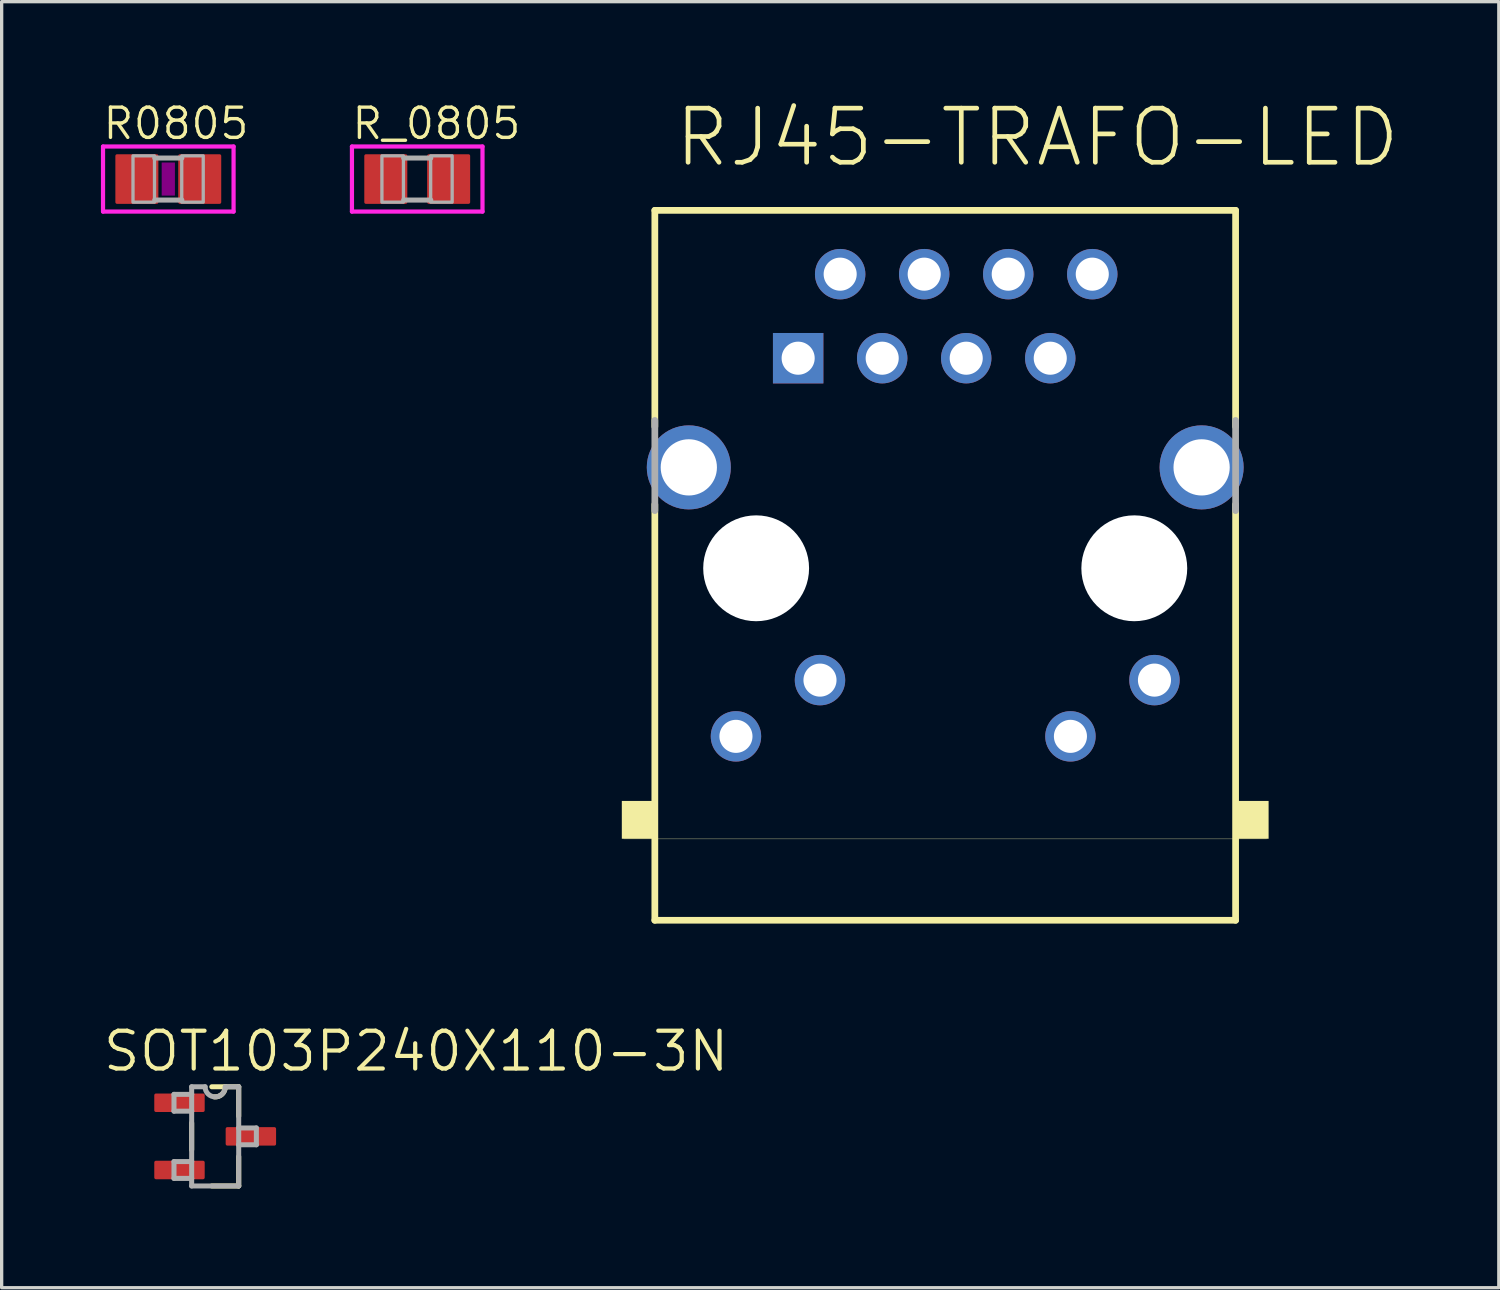
<source format=kicad_pcb>
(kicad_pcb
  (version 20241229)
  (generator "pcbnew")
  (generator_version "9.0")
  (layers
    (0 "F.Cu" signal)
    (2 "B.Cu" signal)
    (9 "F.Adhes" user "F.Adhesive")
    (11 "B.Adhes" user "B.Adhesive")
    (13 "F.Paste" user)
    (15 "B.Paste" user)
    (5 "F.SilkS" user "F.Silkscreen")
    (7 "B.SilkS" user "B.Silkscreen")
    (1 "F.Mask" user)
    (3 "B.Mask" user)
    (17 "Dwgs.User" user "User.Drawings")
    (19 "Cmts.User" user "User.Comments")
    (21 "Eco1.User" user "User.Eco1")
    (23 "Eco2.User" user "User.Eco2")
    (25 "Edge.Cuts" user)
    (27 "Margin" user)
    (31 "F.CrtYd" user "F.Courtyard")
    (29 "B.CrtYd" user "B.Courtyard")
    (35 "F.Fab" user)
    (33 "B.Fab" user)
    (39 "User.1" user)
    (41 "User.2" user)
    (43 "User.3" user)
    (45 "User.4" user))
  (footprint "SOT103P240X110-3N"
    (layer "F.Cu")
    (at 3.454 31.298)
    (property "Reference" "SOT103P240X110-3N" (at -3.454 -1.905 0) (layer "F.SilkS") (effects (font (size 1.143 1.143) (thickness 0.127)) (justify left bottom)))
    (fp_line (start -0.711 -0.406) (end -0.711 0.406) (stroke (width 0.152) (type solid)) (layer "F.SilkS"))
    (fp_line (start -0.102 1.499) (end 0.711 1.499) (stroke (width 0.152) (type solid)) (layer "F.SilkS"))
    (fp_line (start 0.305 -1.499) (end -0.102 -1.499) (stroke (width 0.152) (type solid)) (layer "F.SilkS"))
    (fp_line (start 0.711 -1.499) (end 0.305 -1.499) (stroke (width 0.152) (type solid)) (layer "F.SilkS"))
    (fp_line (start 0.711 -0.61) (end 0.711 -1.499) (stroke (width 0.152) (type solid)) (layer "F.SilkS"))
    (fp_line (start 0.711 1.499) (end 0.711 0.61) (stroke (width 0.152) (type solid)) (layer "F.SilkS"))
    (fp_arc (start 0.3048 -1.4986) (mid 0.206758 -1.273554) (end -0.0254 -1.1938) (stroke (width 0.1524) (type solid)) (layer "F.SilkS"))
    (fp_line (start -1.245 -1.27) (end -1.245 -0.762) (stroke (width 0.152) (type solid)) (layer "F.Fab"))
    (fp_line (start -1.245 -0.762) (end -0.711 -0.762) (stroke (width 0.152) (type solid)) (layer "F.Fab"))
    (fp_line (start -1.245 0.762) (end -1.245 1.27) (stroke (width 0.152) (type solid)) (layer "F.Fab"))
    (fp_line (start -1.245 1.27) (end -0.711 1.27) (stroke (width 0.152) (type solid)) (layer "F.Fab"))
    (fp_line (start -0.711 -1.499) (end -0.711 -1.27) (stroke (width 0.152) (type solid)) (layer "F.Fab"))
    (fp_line (start -0.711 -1.27) (end -1.245 -1.27) (stroke (width 0.152) (type solid)) (layer "F.Fab"))
    (fp_line (start -0.711 -1.27) (end -0.711 -0.762) (stroke (width 0.152) (type solid)) (layer "F.Fab"))
    (fp_line (start -0.711 -0.762) (end -0.711 0.762) (stroke (width 0.152) (type solid)) (layer "F.Fab"))
    (fp_line (start -0.711 0.762) (end -1.245 0.762) (stroke (width 0.152) (type solid)) (layer "F.Fab"))
    (fp_line (start -0.711 1.27) (end -0.711 0.762) (stroke (width 0.152) (type solid)) (layer "F.Fab"))
    (fp_line (start -0.711 1.499) (end -0.711 1.27) (stroke (width 0.152) (type solid)) (layer "F.Fab"))
    (fp_line (start -0.711 1.499) (end 0.711 1.499) (stroke (width 0.152) (type solid)) (layer "F.Fab"))
    (fp_line (start -0.305 -1.499) (end -0.711 -1.499) (stroke (width 0.152) (type solid)) (layer "F.Fab"))
    (fp_line (start 0.711 -1.499) (end 0.305 -1.499) (stroke (width 0.152) (type solid)) (layer "F.Fab"))
    (fp_line (start 0.711 -0.254) (end 0.711 -1.499) (stroke (width 0.152) (type solid)) (layer "F.Fab"))
    (fp_line (start 0.711 0.254) (end 0.711 -0.254) (stroke (width 0.152) (type solid)) (layer "F.Fab"))
    (fp_line (start 0.711 0.254) (end 1.245 0.254) (stroke (width 0.152) (type solid)) (layer "F.Fab"))
    (fp_line (start 0.711 1.499) (end 0.711 0.254) (stroke (width 0.152) (type solid)) (layer "F.Fab"))
    (fp_line (start 1.245 -0.254) (end 0.711 -0.254) (stroke (width 0.152) (type solid)) (layer "F.Fab"))
    (fp_line (start 1.245 0.254) (end 1.245 -0.254) (stroke (width 0.152) (type solid)) (layer "F.Fab"))
    (fp_arc (start 0.3048 -1.4986) (mid 0 -1.1938) (end -0.3048 -1.4986) (stroke (width 0.1524) (type solid)) (layer "F.Fab"))
    (pad "1" smd roundrect (at -1.079 -1.016) (size 1.524 0.559) (layers "F.Cu" "F.Mask" "F.Paste") (roundrect_rratio 0.091))
    (pad "2" smd roundrect (at -1.079 1.016) (size 1.524 0.559) (layers "F.Cu" "F.Mask" "F.Paste") (roundrect_rratio 0.091))
    (pad "3" smd roundrect (at 1.079 0) (size 1.524 0.559) (layers "F.Cu" "F.Mask" "F.Paste") (roundrect_rratio 0.091)))
  (footprint "RJ45-TRAFO-LED"
    (layer "F.Cu")
    (at 25.52 14.127)
    (property "Reference" "RJ45-TRAFO-LED" (at -8.255 -12.065 0) (layer "F.SilkS") (effects (font (size 1.636 1.636) (thickness 0.142)) (justify left bottom)))
    (fp_line (start -8.777 -10.819) (end 8.777 -10.819) (stroke (width 0.203) (type solid)) (layer "F.SilkS"))
    (fp_line (start -8.777 -4.283) (end -8.777 -10.819) (stroke (width 0.203) (type solid)) (layer "F.SilkS"))
    (fp_line (start -8.777 10.639) (end -8.777 -1.929) (stroke (width 0.203) (type solid)) (layer "F.SilkS"))
    (fp_line (start 8.777 -10.819) (end 8.777 -4.283) (stroke (width 0.203) (type solid)) (layer "F.SilkS"))
    (fp_line (start 8.777 -1.929) (end 8.777 10.639) (stroke (width 0.203) (type solid)) (layer "F.SilkS"))
    (fp_line (start 8.777 10.639) (end -8.777 10.639) (stroke (width 0.203) (type solid)) (layer "F.SilkS"))
    (fp_line (start 9.716 8.18) (end -9.716 8.18) (stroke (width 0.01) (type solid)) (layer "F.SilkS"))
    (fp_poly (pts (xy -9.775 8.175) (xy -8.85 8.175) (xy -8.85 7.032) (xy -9.775 7.032)) (stroke (width 0) (type solid)) (fill yes) (layer "F.SilkS"))
    (fp_poly (pts (xy 8.85 8.175) (xy 9.775 8.175) (xy 9.775 7.032) (xy 8.85 7.032)) (stroke (width 0) (type solid)) (fill yes) (layer "F.SilkS"))
    (fp_line (start -8.777 -1.743) (end -8.777 -4.469) (stroke (width 0.203) (type solid)) (layer "F.Fab"))
    (fp_line (start 8.777 -4.469) (end 8.777 -1.743) (stroke (width 0.203) (type solid)) (layer "F.Fab"))
    (pad "" np_thru_hole circle (at -5.715 0) (size 3.2 3.2) (drill 3.2) (layers "*.Cu" "*.Mask"))
    (pad "" np_thru_hole circle (at 5.715 0) (size 3.2 3.2) (drill 3.2) (layers "*.Cu" "*.Mask"))
    (pad "1" thru_hole rect (at -4.445 -6.35) (size 1.524 1.524) (drill 1) (layers "*.Cu" "*.Mask"))
    (pad "2" thru_hole circle (at -3.175 -8.89) (size 1.524 1.524) (drill 1) (layers "*.Cu" "*.Mask"))
    (pad "3" thru_hole circle (at -1.905 -6.35) (size 1.524 1.524) (drill 1) (layers "*.Cu" "*.Mask"))
    (pad "4" thru_hole circle (at -0.635 -8.89) (size 1.524 1.524) (drill 1) (layers "*.Cu" "*.Mask"))
    (pad "5" thru_hole circle (at 0.635 -6.35) (size 1.524 1.524) (drill 1) (layers "*.Cu" "*.Mask"))
    (pad "6" thru_hole circle (at 1.905 -8.89) (size 1.524 1.524) (drill 1) (layers "*.Cu" "*.Mask"))
    (pad "7" thru_hole circle (at 3.175 -6.35) (size 1.524 1.524) (drill 1) (layers "*.Cu" "*.Mask"))
    (pad "8" thru_hole circle (at 4.445 -8.89) (size 1.524 1.524) (drill 1) (layers "*.Cu" "*.Mask"))
    (pad "9" thru_hole circle (at -6.325 5.08) (size 1.524 1.524) (drill 1) (layers "*.Cu" "*.Mask"))
    (pad "10" thru_hole circle (at -3.785 3.38) (size 1.524 1.524) (drill 1) (layers "*.Cu" "*.Mask"))
    (pad "11" thru_hole circle (at 3.785 5.08) (size 1.524 1.524) (drill 1) (layers "*.Cu" "*.Mask"))
    (pad "12" thru_hole circle (at 6.325 3.38) (size 1.524 1.524) (drill 1) (layers "*.Cu" "*.Mask"))
    (pad "SH" thru_hole circle (at -7.75 -3.05) (size 2.54 2.54) (drill 1.7) (layers "*.Cu" "*.Mask"))
    (pad "SH2" thru_hole circle (at 7.75 -3.05) (size 2.54 2.54) (drill 1.7) (layers "*.Cu" "*.Mask")))
  (footprint "R_0805"
    (layer "F.Cu")
    (at 9.561 2.362)
    (property "Reference" "R_0805" (at -2.032 -1.143 0) (layer "F.SilkS") (effects (font (size 0.914 0.914) (thickness 0.102)) (justify left bottom)))
    (fp_line (start -1.973 -0.983) (end 1.973 -0.983) (stroke (width 0.127) (type solid)) (layer "F.CrtYd"))
    (fp_line (start -1.973 0.983) (end -1.973 -0.983) (stroke (width 0.127) (type solid)) (layer "F.CrtYd"))
    (fp_line (start 1.973 -0.983) (end 1.973 0.983) (stroke (width 0.127) (type solid)) (layer "F.CrtYd"))
    (fp_line (start 1.973 0.983) (end -1.973 0.983) (stroke (width 0.127) (type solid)) (layer "F.CrtYd"))
    (fp_line (start -0.41 -0.635) (end 0.41 -0.635) (stroke (width 0.152) (type solid)) (layer "F.Fab"))
    (fp_line (start -0.41 0.635) (end 0.41 0.635) (stroke (width 0.152) (type solid)) (layer "F.Fab"))
    (fp_poly (pts (xy -1.067 0.699) (xy -0.417 0.699) (xy -0.417 -0.702) (xy -1.067 -0.702)) (stroke (width 0.1) (type solid)) (fill no) (layer "F.Fab"))
    (fp_poly (pts (xy 0.406 0.699) (xy 1.056 0.699) (xy 1.056 -0.702) (xy 0.406 -0.702)) (stroke (width 0.1) (type solid)) (fill no) (layer "F.Fab"))
    (pad "1" smd roundrect (at -0.95 0) (size 1.3 1.5) (layers "F.Cu" "F.Mask" "F.Paste") (roundrect_rratio 0.039))
    (pad "2" smd roundrect (at 0.95 0) (size 1.3 1.5) (layers "F.Cu" "F.Mask" "F.Paste") (roundrect_rratio 0.039)))
  (footprint "R0805"
    (layer "F.Cu")
    (at 2.037 2.362)
    (property "Reference" "R0805" (at -2.032 -1.143 0) (layer "F.SilkS") (effects (font (size 0.914 0.914) (thickness 0.102)) (justify left bottom)))
    (fp_poly (pts (xy -0.2 0.5) (xy 0.2 0.5) (xy 0.2 -0.5) (xy -0.2 -0.5)) (stroke (width 0) (type solid)) (fill yes) (layer "F.Adhes"))
    (fp_line (start -1.973 -0.983) (end 1.973 -0.983) (stroke (width 0.127) (type solid)) (layer "F.CrtYd"))
    (fp_line (start -1.973 0.983) (end -1.973 -0.983) (stroke (width 0.127) (type solid)) (layer "F.CrtYd"))
    (fp_line (start 1.973 -0.983) (end 1.973 0.983) (stroke (width 0.127) (type solid)) (layer "F.CrtYd"))
    (fp_line (start 1.973 0.983) (end -1.973 0.983) (stroke (width 0.127) (type solid)) (layer "F.CrtYd"))
    (fp_line (start -0.41 -0.635) (end 0.41 -0.635) (stroke (width 0.152) (type solid)) (layer "F.Fab"))
    (fp_line (start -0.41 0.635) (end 0.41 0.635) (stroke (width 0.152) (type solid)) (layer "F.Fab"))
    (fp_poly (pts (xy -1.067 0.699) (xy -0.417 0.699) (xy -0.417 -0.702) (xy -1.067 -0.702)) (stroke (width 0.1) (type solid)) (fill no) (layer "F.Fab"))
    (fp_poly (pts (xy 0.406 0.699) (xy 1.056 0.699) (xy 1.056 -0.702) (xy 0.406 -0.702)) (stroke (width 0.1) (type solid)) (fill no) (layer "F.Fab"))
    (pad "1" smd roundrect (at -0.95 0) (size 1.3 1.5) (layers "F.Cu" "F.Mask" "F.Paste") (roundrect_rratio 0.039))
    (pad "2" smd roundrect (at 0.95 0) (size 1.3 1.5) (layers "F.Cu" "F.Mask" "F.Paste") (roundrect_rratio 0.039)))
  (gr_rect
    (start -3 -3)
    (end 42.253 35.872)
    (stroke (width 0.1) (type default))
    (fill no)
    (layer "Edge.Cuts")))
</source>
